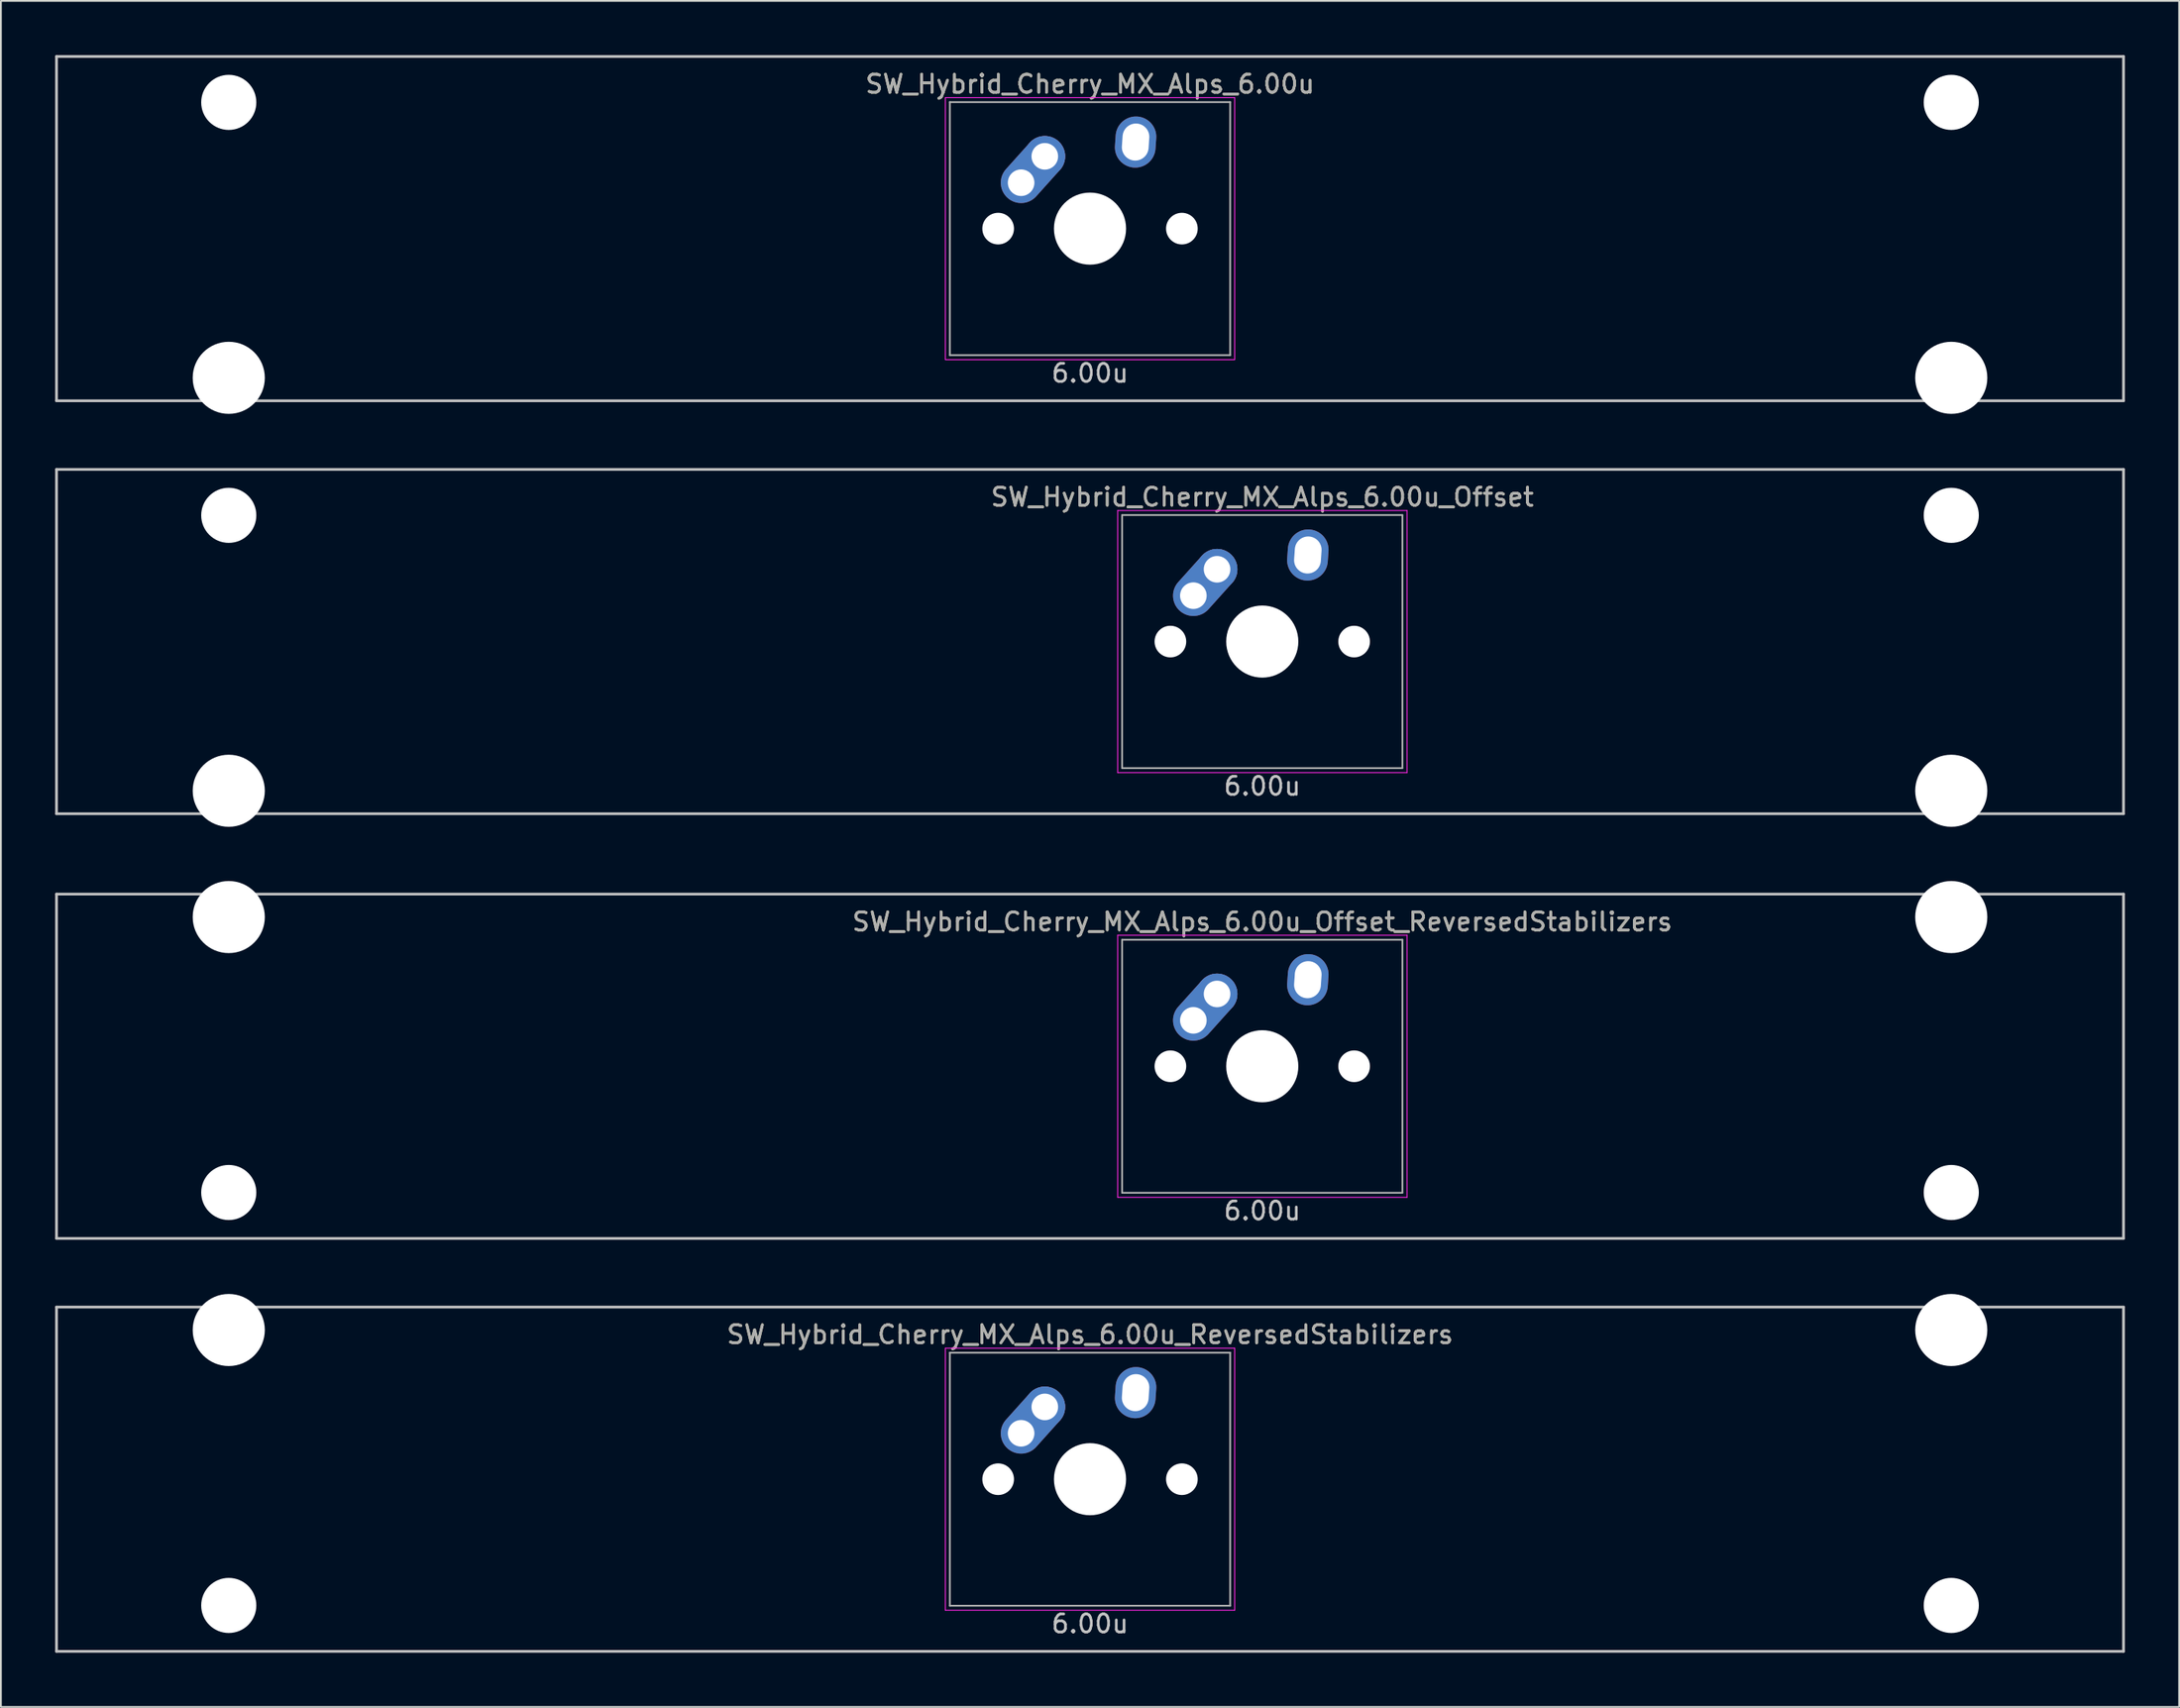
<source format=kicad_pcb>
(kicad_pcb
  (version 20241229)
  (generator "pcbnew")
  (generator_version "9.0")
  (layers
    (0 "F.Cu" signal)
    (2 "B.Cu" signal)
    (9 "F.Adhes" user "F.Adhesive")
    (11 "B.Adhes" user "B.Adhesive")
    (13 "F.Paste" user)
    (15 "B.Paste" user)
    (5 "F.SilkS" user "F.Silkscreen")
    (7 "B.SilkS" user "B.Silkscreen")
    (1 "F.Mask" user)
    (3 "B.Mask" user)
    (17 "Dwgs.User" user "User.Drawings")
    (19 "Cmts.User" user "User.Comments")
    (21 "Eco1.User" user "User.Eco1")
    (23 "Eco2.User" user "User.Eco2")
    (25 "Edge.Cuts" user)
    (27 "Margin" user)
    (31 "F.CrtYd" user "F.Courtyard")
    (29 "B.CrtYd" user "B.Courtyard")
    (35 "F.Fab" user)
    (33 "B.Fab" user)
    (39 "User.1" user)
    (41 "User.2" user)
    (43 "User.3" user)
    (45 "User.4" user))
  (footprint "SW_Hybrid_Cherry_MX_Alps_6.00u_Offset_ReversedStabilizers"
    (layer "F.Cu")
    (at 57.225 55.947)
    (property "Reference" "SW_Hybrid_Cherry_MX_Alps_6.00u_Offset_ReversedStabilizers" (at 9.525 -8 0) (layer "F.SilkS") (effects (font (size 1 1) (thickness 0.15))))
    (attr through_hole)
    (fp_line (start -57.15 -9.525) (end 57.15 -9.525) (stroke (width 0.15) (type solid)) (layer "Dwgs.User"))
    (fp_line (start -57.15 9.525) (end -57.15 -9.525) (stroke (width 0.15) (type solid)) (layer "Dwgs.User"))
    (fp_line (start -57.15 9.525) (end 57.15 9.525) (stroke (width 0.15) (type solid)) (layer "Dwgs.User"))
    (fp_line (start 57.15 -9.525) (end 57.15 9.525) (stroke (width 0.15) (type solid)) (layer "Dwgs.User"))
    (fp_line (start 1.53 -7.25) (end 17.53 -7.25) (stroke (width 0.05) (type solid)) (layer "F.CrtYd"))
    (fp_line (start 1.53 7.25) (end 1.53 -7.25) (stroke (width 0.05) (type solid)) (layer "F.CrtYd"))
    (fp_line (start 17.53 -7.25) (end 17.53 7.25) (stroke (width 0.05) (type solid)) (layer "F.CrtYd"))
    (fp_line (start 17.53 7.25) (end 1.53 7.25) (stroke (width 0.05) (type solid)) (layer "F.CrtYd"))
    (fp_line (start 1.775 -7) (end 17.275 -7) (stroke (width 0.1) (type solid)) (layer "F.Fab"))
    (fp_line (start 1.775 7) (end 1.775 -7) (stroke (width 0.1) (type solid)) (layer "F.Fab"))
    (fp_line (start 17.275 -7) (end 17.275 7) (stroke (width 0.1) (type solid)) (layer "F.Fab"))
    (fp_line (start 17.275 7) (end 1.775 7) (stroke (width 0.1) (type solid)) (layer "F.Fab"))
    (fp_text user "6.00u" (at 9.525 8 0) (layer "Dwgs.User") (effects (font (size 1 1) (thickness 0.15))))
    (fp_text user "${REFERENCE}" (at 9.525 -8 0) (layer "F.Fab") (effects (font (size 1 1) (thickness 0.15))))
    (pad "" np_thru_hole circle (at -47.625 -8.255) (size 3.988 3.988) (drill 3.988) (layers "*.Cu" "*.Mask"))
    (pad "" np_thru_hole circle (at -47.625 6.985) (size 3.048 3.048) (drill 3.048) (layers "*.Cu" "*.Mask"))
    (pad "" np_thru_hole circle (at 4.445 0 48.1) (size 1.75 1.75) (drill 1.75) (layers "*.Cu" "*.Mask"))
    (pad "" np_thru_hole circle (at 9.525 0) (size 3.988 3.988) (drill 3.988) (layers "*.Cu" "*.Mask"))
    (pad "" np_thru_hole circle (at 14.605 0 48.1) (size 1.75 1.75) (drill 1.75) (layers "*.Cu" "*.Mask"))
    (pad "" np_thru_hole circle (at 47.625 -8.255) (size 3.988 3.988) (drill 3.988) (layers "*.Cu" "*.Mask"))
    (pad "" np_thru_hole circle (at 47.625 6.985) (size 3.048 3.048) (drill 3.048) (layers "*.Cu" "*.Mask"))
    (pad "1" thru_hole oval (at 5.715 -2.54 48.1) (size 4.212 2.25) (drill 1.47 (offset 0.981 0)) (layers "*.Cu" "*.Mask"))
    (pad "1" thru_hole circle (at 7.025 -4) (size 2.25 2.25) (drill 1.47) (layers "*.Cu" "*.Mask"))
    (pad "2" thru_hole oval (at 12.045 -4.79 86) (size 2.831 2.25) (drill oval 2.051 1.48) (layers "*.Cu" "*.Mask")))
  (footprint "SW_Hybrid_Cherry_MX_Alps_6.00u"
    (layer "F.Cu")
    (at 57.225 9.6)
    (property "Reference" "SW_Hybrid_Cherry_MX_Alps_6.00u" (at 0 -8 0) (layer "F.SilkS") (effects (font (size 1 1) (thickness 0.15))))
    (attr through_hole)
    (fp_line (start -57.15 -9.525) (end 57.15 -9.525) (stroke (width 0.15) (type solid)) (layer "Dwgs.User"))
    (fp_line (start -57.15 9.525) (end -57.15 -9.525) (stroke (width 0.15) (type solid)) (layer "Dwgs.User"))
    (fp_line (start -57.15 9.525) (end 57.15 9.525) (stroke (width 0.15) (type solid)) (layer "Dwgs.User"))
    (fp_line (start 57.15 -9.525) (end 57.15 9.525) (stroke (width 0.15) (type solid)) (layer "Dwgs.User"))
    (fp_line (start -8 -7.25) (end 8 -7.25) (stroke (width 0.05) (type solid)) (layer "F.CrtYd"))
    (fp_line (start -8 7.25) (end -8 -7.25) (stroke (width 0.05) (type solid)) (layer "F.CrtYd"))
    (fp_line (start 8 -7.25) (end 8 7.25) (stroke (width 0.05) (type solid)) (layer "F.CrtYd"))
    (fp_line (start 8 7.25) (end -8 7.25) (stroke (width 0.05) (type solid)) (layer "F.CrtYd"))
    (fp_line (start -7.75 -7) (end 7.75 -7) (stroke (width 0.1) (type solid)) (layer "F.Fab"))
    (fp_line (start -7.75 7) (end -7.75 -7) (stroke (width 0.1) (type solid)) (layer "F.Fab"))
    (fp_line (start 7.75 -7) (end 7.75 7) (stroke (width 0.1) (type solid)) (layer "F.Fab"))
    (fp_line (start 7.75 7) (end -7.75 7) (stroke (width 0.1) (type solid)) (layer "F.Fab"))
    (fp_text user "6.00u" (at 0 8 0) (layer "Dwgs.User") (effects (font (size 1 1) (thickness 0.15))))
    (fp_text user "${REFERENCE}" (at 0 -8 0) (layer "F.Fab") (effects (font (size 1 1) (thickness 0.15))))
    (pad "" np_thru_hole circle (at -47.625 -6.985) (size 3.048 3.048) (drill 3.048) (layers "*.Cu" "*.Mask"))
    (pad "" np_thru_hole circle (at -47.625 8.255) (size 3.988 3.988) (drill 3.988) (layers "*.Cu" "*.Mask"))
    (pad "" np_thru_hole circle (at -5.08 0 48.1) (size 1.75 1.75) (drill 1.75) (layers "*.Cu" "*.Mask"))
    (pad "" np_thru_hole circle (at 0 0) (size 3.988 3.988) (drill 3.988) (layers "*.Cu" "*.Mask"))
    (pad "" np_thru_hole circle (at 5.08 0 48.1) (size 1.75 1.75) (drill 1.75) (layers "*.Cu" "*.Mask"))
    (pad "" np_thru_hole circle (at 47.625 -6.985) (size 3.048 3.048) (drill 3.048) (layers "*.Cu" "*.Mask"))
    (pad "" np_thru_hole circle (at 47.625 8.255) (size 3.988 3.988) (drill 3.988) (layers "*.Cu" "*.Mask"))
    (pad "1" thru_hole oval (at -3.81 -2.54 48.1) (size 4.212 2.25) (drill 1.47 (offset 0.981 0)) (layers "*.Cu" "B.Mask"))
    (pad "1" thru_hole circle (at -2.5 -4) (size 2.25 2.25) (drill 1.47) (layers "*.Cu" "B.Mask"))
    (pad "2" thru_hole oval (at 2.52 -4.79 86) (size 2.831 2.25) (drill oval 2.051 1.48) (layers "*.Cu" "B.Mask")))
  (footprint "SW_Hybrid_Cherry_MX_Alps_6.00u_Offset"
    (layer "F.Cu")
    (at 57.225 32.449)
    (property "Reference" "SW_Hybrid_Cherry_MX_Alps_6.00u_Offset" (at 9.525 -8 0) (layer "F.SilkS") (effects (font (size 1 1) (thickness 0.15))))
    (attr through_hole)
    (fp_line (start -57.15 -9.525) (end 57.15 -9.525) (stroke (width 0.15) (type solid)) (layer "Dwgs.User"))
    (fp_line (start -57.15 9.525) (end -57.15 -9.525) (stroke (width 0.15) (type solid)) (layer "Dwgs.User"))
    (fp_line (start -57.15 9.525) (end 57.15 9.525) (stroke (width 0.15) (type solid)) (layer "Dwgs.User"))
    (fp_line (start 57.15 -9.525) (end 57.15 9.525) (stroke (width 0.15) (type solid)) (layer "Dwgs.User"))
    (fp_line (start 1.53 -7.25) (end 17.53 -7.25) (stroke (width 0.05) (type solid)) (layer "F.CrtYd"))
    (fp_line (start 1.53 7.25) (end 1.53 -7.25) (stroke (width 0.05) (type solid)) (layer "F.CrtYd"))
    (fp_line (start 17.53 -7.25) (end 17.53 7.25) (stroke (width 0.05) (type solid)) (layer "F.CrtYd"))
    (fp_line (start 17.53 7.25) (end 1.53 7.25) (stroke (width 0.05) (type solid)) (layer "F.CrtYd"))
    (fp_line (start 1.775 -7) (end 17.275 -7) (stroke (width 0.1) (type solid)) (layer "F.Fab"))
    (fp_line (start 1.775 7) (end 1.775 -7) (stroke (width 0.1) (type solid)) (layer "F.Fab"))
    (fp_line (start 17.275 -7) (end 17.275 7) (stroke (width 0.1) (type solid)) (layer "F.Fab"))
    (fp_line (start 17.275 7) (end 1.775 7) (stroke (width 0.1) (type solid)) (layer "F.Fab"))
    (fp_text user "6.00u" (at 9.525 8 0) (layer "Dwgs.User") (effects (font (size 1 1) (thickness 0.15))))
    (fp_text user "${REFERENCE}" (at 9.525 -8 0) (layer "F.Fab") (effects (font (size 1 1) (thickness 0.15))))
    (pad "" np_thru_hole circle (at -47.625 -6.985) (size 3.048 3.048) (drill 3.048) (layers "*.Cu" "*.Mask"))
    (pad "" np_thru_hole circle (at -47.625 8.255) (size 3.988 3.988) (drill 3.988) (layers "*.Cu" "*.Mask"))
    (pad "" np_thru_hole circle (at 4.445 0 48.1) (size 1.75 1.75) (drill 1.75) (layers "*.Cu" "*.Mask"))
    (pad "" np_thru_hole circle (at 9.525 0) (size 3.988 3.988) (drill 3.988) (layers "*.Cu" "*.Mask"))
    (pad "" np_thru_hole circle (at 14.605 0 48.1) (size 1.75 1.75) (drill 1.75) (layers "*.Cu" "*.Mask"))
    (pad "" np_thru_hole circle (at 47.625 -6.985) (size 3.048 3.048) (drill 3.048) (layers "*.Cu" "*.Mask"))
    (pad "" np_thru_hole circle (at 47.625 8.255) (size 3.988 3.988) (drill 3.988) (layers "*.Cu" "*.Mask"))
    (pad "1" thru_hole oval (at 5.715 -2.54 48.1) (size 4.212 2.25) (drill 1.47 (offset 0.981 0)) (layers "*.Cu" "*.Mask"))
    (pad "1" thru_hole circle (at 7.025 -4) (size 2.25 2.25) (drill 1.47) (layers "*.Cu" "*.Mask"))
    (pad "2" thru_hole oval (at 12.045 -4.79 86) (size 2.831 2.25) (drill oval 2.051 1.48) (layers "*.Cu" "*.Mask")))
  (footprint "SW_Hybrid_Cherry_MX_Alps_6.00u_ReversedStabilizers"
    (layer "F.Cu")
    (at 57.225 78.796)
    (property "Reference" "SW_Hybrid_Cherry_MX_Alps_6.00u_ReversedStabilizers" (at 0 -8 0) (layer "F.SilkS") (effects (font (size 1 1) (thickness 0.15))))
    (attr through_hole)
    (fp_line (start -57.15 -9.525) (end 57.15 -9.525) (stroke (width 0.15) (type solid)) (layer "Dwgs.User"))
    (fp_line (start -57.15 9.525) (end -57.15 -9.525) (stroke (width 0.15) (type solid)) (layer "Dwgs.User"))
    (fp_line (start -57.15 9.525) (end 57.15 9.525) (stroke (width 0.15) (type solid)) (layer "Dwgs.User"))
    (fp_line (start 57.15 -9.525) (end 57.15 9.525) (stroke (width 0.15) (type solid)) (layer "Dwgs.User"))
    (fp_line (start -8 -7.25) (end 8 -7.25) (stroke (width 0.05) (type solid)) (layer "F.CrtYd"))
    (fp_line (start -8 7.25) (end -8 -7.25) (stroke (width 0.05) (type solid)) (layer "F.CrtYd"))
    (fp_line (start 8 -7.25) (end 8 7.25) (stroke (width 0.05) (type solid)) (layer "F.CrtYd"))
    (fp_line (start 8 7.25) (end -8 7.25) (stroke (width 0.05) (type solid)) (layer "F.CrtYd"))
    (fp_line (start -7.75 -7) (end 7.75 -7) (stroke (width 0.1) (type solid)) (layer "F.Fab"))
    (fp_line (start -7.75 7) (end -7.75 -7) (stroke (width 0.1) (type solid)) (layer "F.Fab"))
    (fp_line (start 7.75 -7) (end 7.75 7) (stroke (width 0.1) (type solid)) (layer "F.Fab"))
    (fp_line (start 7.75 7) (end -7.75 7) (stroke (width 0.1) (type solid)) (layer "F.Fab"))
    (fp_text user "6.00u" (at 0 8 0) (layer "Dwgs.User") (effects (font (size 1 1) (thickness 0.15))))
    (fp_text user "${REFERENCE}" (at 0 -8 0) (layer "F.Fab") (effects (font (size 1 1) (thickness 0.15))))
    (pad "" np_thru_hole circle (at -47.625 -8.255) (size 3.988 3.988) (drill 3.988) (layers "*.Cu" "*.Mask"))
    (pad "" np_thru_hole circle (at -47.625 6.985) (size 3.048 3.048) (drill 3.048) (layers "*.Cu" "*.Mask"))
    (pad "" np_thru_hole circle (at -5.08 0 48.1) (size 1.75 1.75) (drill 1.75) (layers "*.Cu" "*.Mask"))
    (pad "" np_thru_hole circle (at 0 0) (size 3.988 3.988) (drill 3.988) (layers "*.Cu" "*.Mask"))
    (pad "" np_thru_hole circle (at 5.08 0 48.1) (size 1.75 1.75) (drill 1.75) (layers "*.Cu" "*.Mask"))
    (pad "" np_thru_hole circle (at 47.625 -8.255) (size 3.988 3.988) (drill 3.988) (layers "*.Cu" "*.Mask"))
    (pad "" np_thru_hole circle (at 47.625 6.985) (size 3.048 3.048) (drill 3.048) (layers "*.Cu" "*.Mask"))
    (pad "1" thru_hole oval (at -3.81 -2.54 48.1) (size 4.212 2.25) (drill 1.47 (offset 0.981 0)) (layers "*.Cu" "B.Mask"))
    (pad "1" thru_hole circle (at -2.5 -4) (size 2.25 2.25) (drill 1.47) (layers "*.Cu" "B.Mask"))
    (pad "2" thru_hole oval (at 2.52 -4.79 86) (size 2.831 2.25) (drill oval 2.051 1.48) (layers "*.Cu" "B.Mask")))
  (gr_rect
    (start -3 -3)
    (end 117.45 91.396)
    (stroke (width 0.1) (type default))
    (fill no)
    (layer "Edge.Cuts")))
</source>
